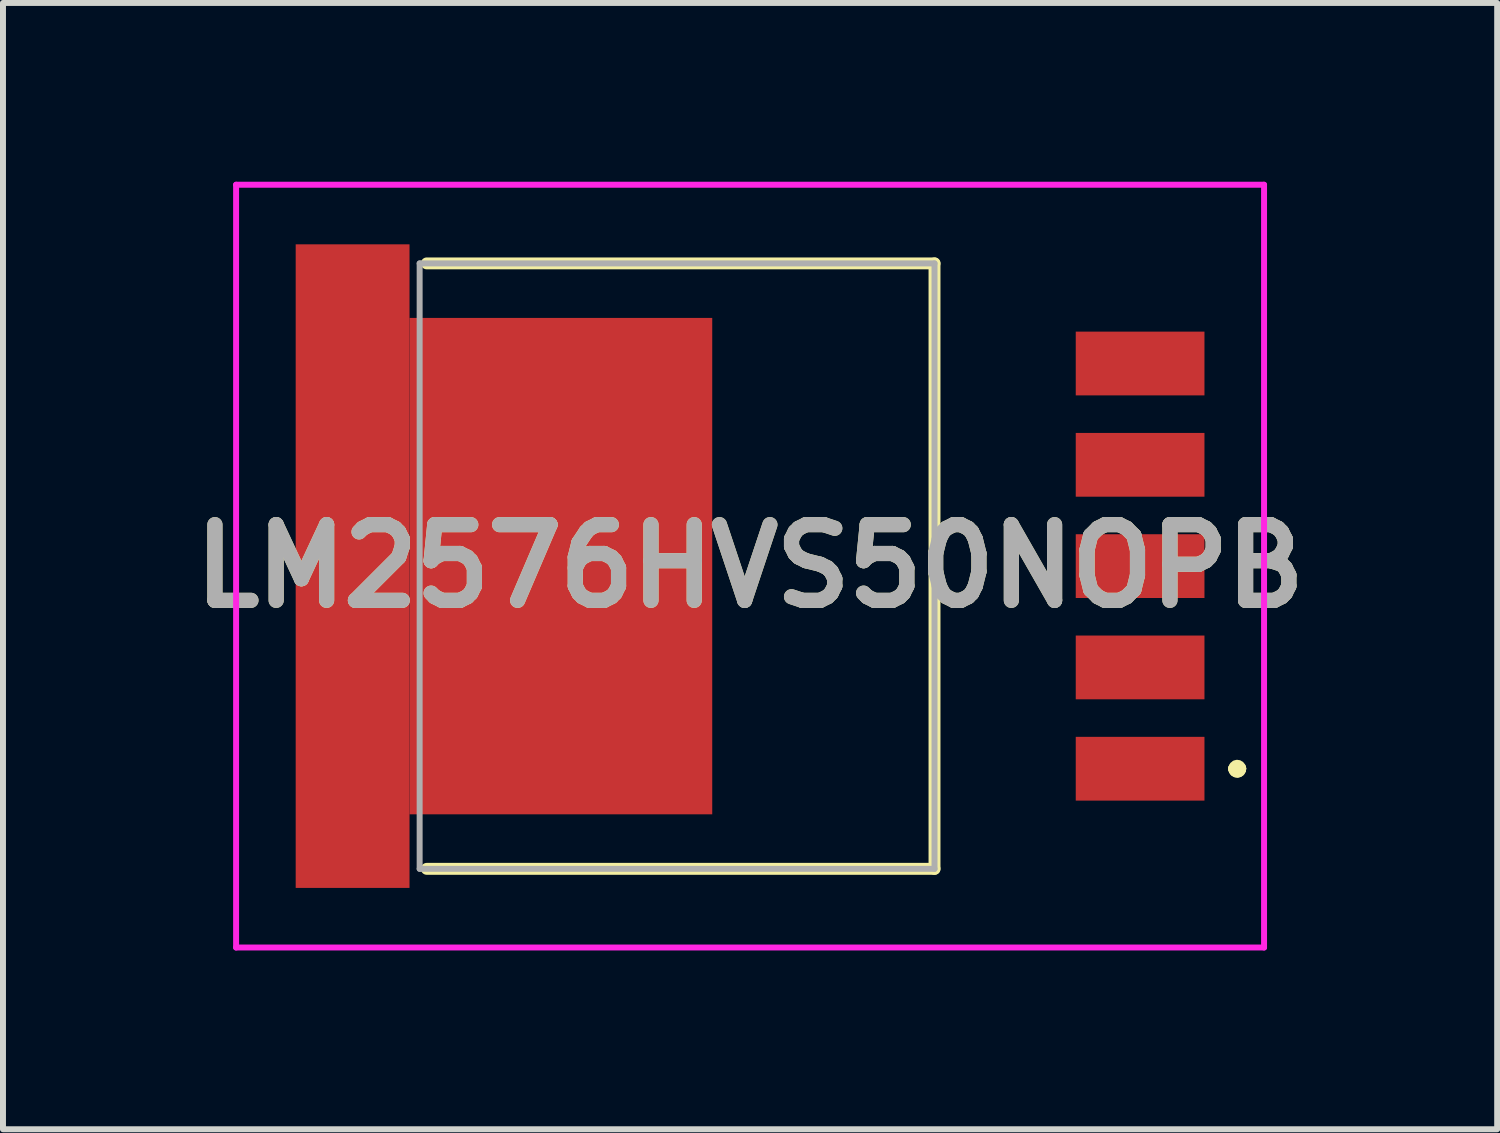
<source format=kicad_pcb>
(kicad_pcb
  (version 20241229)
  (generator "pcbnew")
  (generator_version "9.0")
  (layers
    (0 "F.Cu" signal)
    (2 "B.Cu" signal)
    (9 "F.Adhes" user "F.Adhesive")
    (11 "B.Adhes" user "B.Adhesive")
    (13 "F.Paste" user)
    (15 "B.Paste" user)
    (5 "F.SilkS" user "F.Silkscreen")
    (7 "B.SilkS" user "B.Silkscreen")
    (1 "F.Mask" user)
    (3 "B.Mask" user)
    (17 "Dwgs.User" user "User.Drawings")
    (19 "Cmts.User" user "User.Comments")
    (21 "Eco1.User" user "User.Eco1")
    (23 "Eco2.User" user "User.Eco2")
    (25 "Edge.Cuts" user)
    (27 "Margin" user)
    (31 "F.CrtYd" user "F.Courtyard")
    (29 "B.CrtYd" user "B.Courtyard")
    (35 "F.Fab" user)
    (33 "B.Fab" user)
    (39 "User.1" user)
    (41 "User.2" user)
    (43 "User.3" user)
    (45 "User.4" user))
  (footprint "LM2576HVS50NOPB"
    (layer "F.Cu")
    (at 8.312 6.45)
    (property "Reference" "LM2576HVS50NOPB" (at 1.225 0 0) (layer "F.SilkS") (effects (font (size 1.27 1.27) (thickness 0.254))))
    (attr smd)
    (fp_line (start -4.2 -5.08) (end 4.32 -5.08) (stroke (width 0.2) (type solid)) (layer "F.SilkS"))
    (fp_line (start 4.32 -5.08) (end 4.32 5.08) (stroke (width 0.2) (type solid)) (layer "F.SilkS"))
    (fp_line (start 4.32 5.08) (end -4.2 5.08) (stroke (width 0.2) (type solid)) (layer "F.SilkS"))
    (fp_line (start 9.35 3.4) (end 9.35 3.4) (stroke (width 0.2) (type solid)) (layer "F.SilkS"))
    (fp_line (start 9.35 3.4) (end 9.35 3.4) (stroke (width 0.2) (type solid)) (layer "F.SilkS"))
    (fp_line (start 9.45 3.4) (end 9.45 3.4) (stroke (width 0.2) (type solid)) (layer "F.SilkS"))
    (fp_arc (start 9.35 3.4) (mid 9.4 3.35) (end 9.45 3.4) (stroke (width 0.2) (type solid)) (layer "F.SilkS"))
    (fp_arc (start 9.45 3.4) (mid 9.4 3.45) (end 9.35 3.4) (stroke (width 0.2) (type solid)) (layer "F.SilkS"))
    (fp_arc (start 9.45 3.4) (mid 9.4 3.45) (end 9.35 3.4) (stroke (width 0.2) (type solid)) (layer "F.SilkS"))
    (fp_line (start -7.4 -6.4) (end 9.85 -6.4) (stroke (width 0.1) (type solid)) (layer "F.CrtYd"))
    (fp_line (start -7.4 6.4) (end -7.4 -6.4) (stroke (width 0.1) (type solid)) (layer "F.CrtYd"))
    (fp_line (start 9.85 -6.4) (end 9.85 6.4) (stroke (width 0.1) (type solid)) (layer "F.CrtYd"))
    (fp_line (start 9.85 6.4) (end -7.4 6.4) (stroke (width 0.1) (type solid)) (layer "F.CrtYd"))
    (fp_line (start -4.32 -5.08) (end -4.32 5.08) (stroke (width 0.1) (type solid)) (layer "F.Fab"))
    (fp_line (start -4.32 5.08) (end 4.32 5.08) (stroke (width 0.1) (type solid)) (layer "F.Fab"))
    (fp_line (start 4.32 -5.08) (end -4.32 -5.08) (stroke (width 0.1) (type solid)) (layer "F.Fab"))
    (fp_line (start 4.32 5.08) (end 4.32 -5.08) (stroke (width 0.1) (type solid)) (layer "F.Fab"))
    (fp_text user "${REFERENCE}" (at 1.225 0 0) (layer "F.Fab") (effects (font (size 1.27 1.27) (thickness 0.254))))
    (pad "1" smd rect (at 7.77 3.4 90) (size 1.07 2.16) (layers "F.Cu" "F.Mask" "F.Paste"))
    (pad "2" smd rect (at 7.77 1.7 90) (size 1.07 2.16) (layers "F.Cu" "F.Mask" "F.Paste"))
    (pad "3" smd rect (at 7.77 0 90) (size 1.07 2.16) (layers "F.Cu" "F.Mask" "F.Paste"))
    (pad "4" smd rect (at 7.77 -1.7 90) (size 1.07 2.16) (layers "F.Cu" "F.Mask" "F.Paste"))
    (pad "5" smd rect (at 7.77 -3.4 90) (size 1.07 2.16) (layers "F.Cu" "F.Mask" "F.Paste"))
    (pad "6" smd rect (at -5.445 0) (size 1.91 10.8) (layers "F.Cu" "F.Mask" "F.Paste"))
    (pad "7" smd rect (at -1.95 0) (size 5.08 8.33) (layers "F.Cu" "F.Mask" "F.Paste")))
  (gr_rect
    (start -3 -3)
    (end 22.074 15.9)
    (stroke (width 0.1) (type default))
    (fill no)
    (layer "Edge.Cuts")))
</source>
